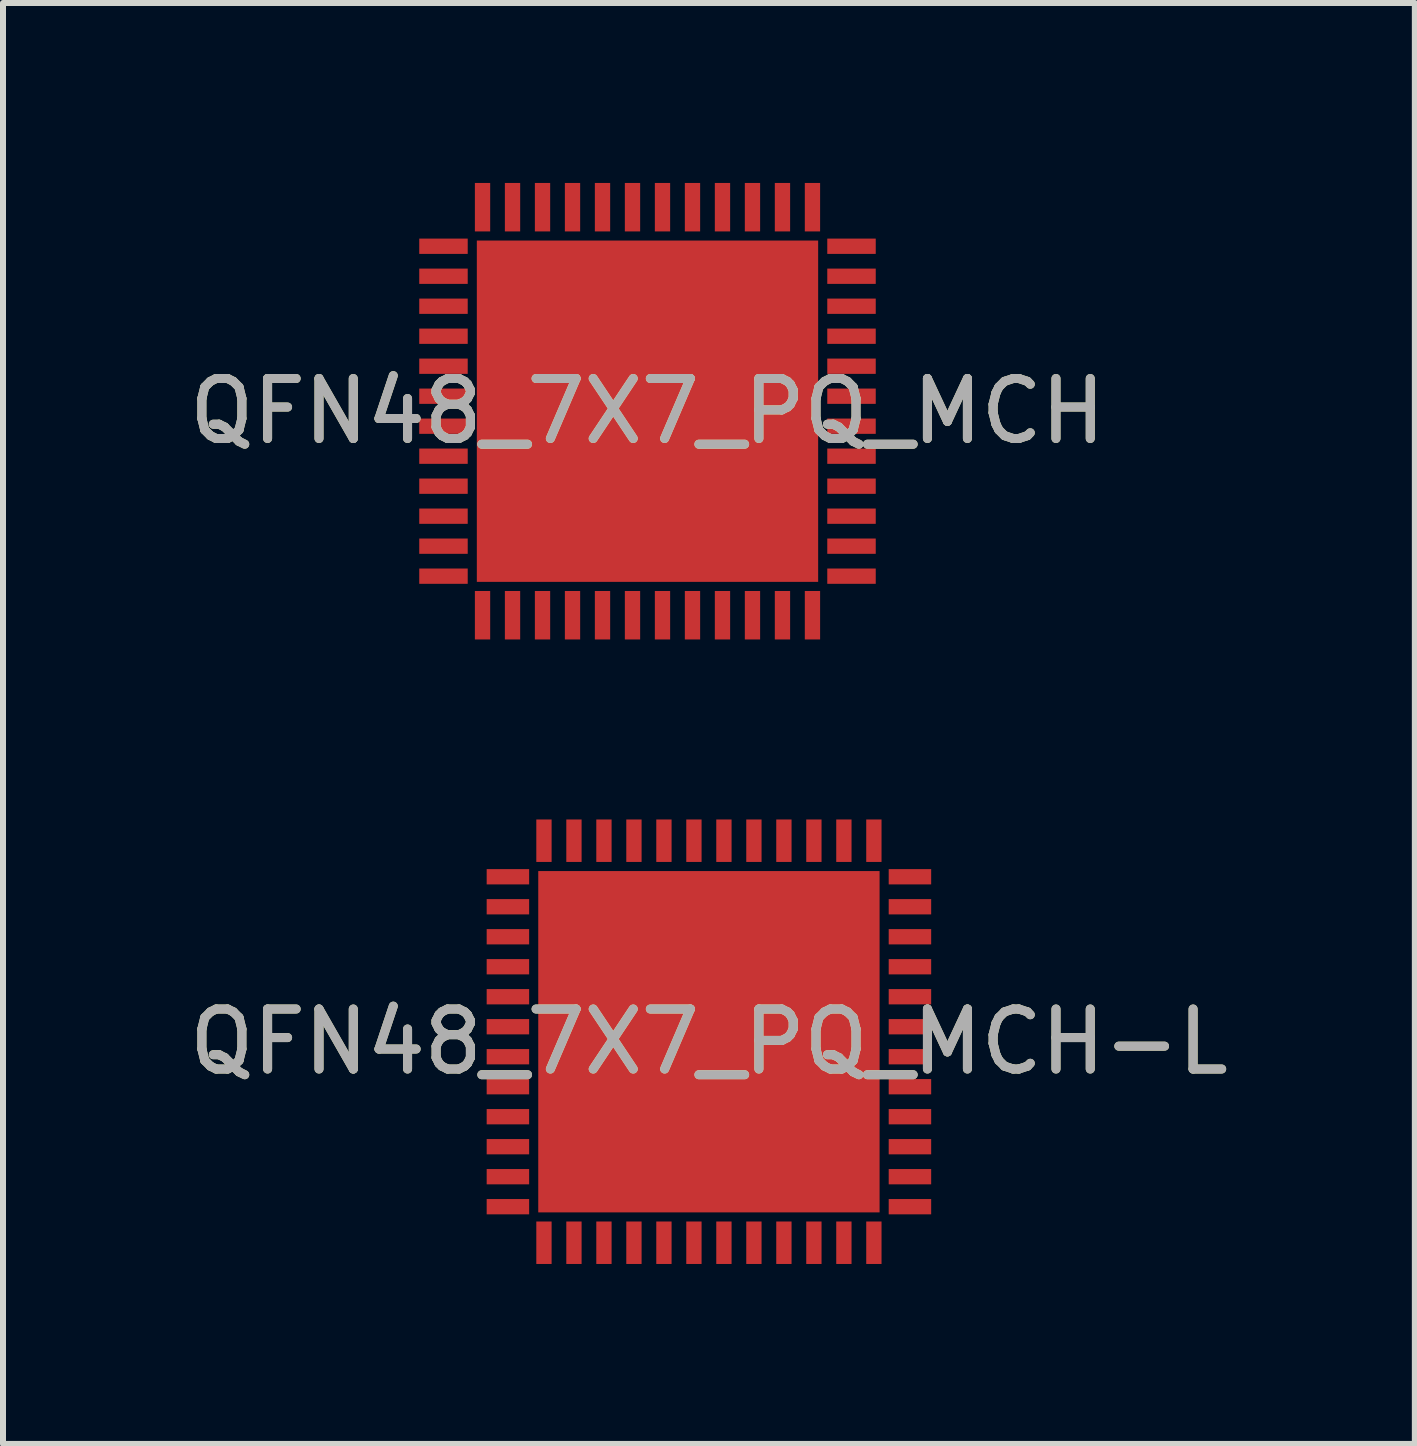
<source format=kicad_pcb>
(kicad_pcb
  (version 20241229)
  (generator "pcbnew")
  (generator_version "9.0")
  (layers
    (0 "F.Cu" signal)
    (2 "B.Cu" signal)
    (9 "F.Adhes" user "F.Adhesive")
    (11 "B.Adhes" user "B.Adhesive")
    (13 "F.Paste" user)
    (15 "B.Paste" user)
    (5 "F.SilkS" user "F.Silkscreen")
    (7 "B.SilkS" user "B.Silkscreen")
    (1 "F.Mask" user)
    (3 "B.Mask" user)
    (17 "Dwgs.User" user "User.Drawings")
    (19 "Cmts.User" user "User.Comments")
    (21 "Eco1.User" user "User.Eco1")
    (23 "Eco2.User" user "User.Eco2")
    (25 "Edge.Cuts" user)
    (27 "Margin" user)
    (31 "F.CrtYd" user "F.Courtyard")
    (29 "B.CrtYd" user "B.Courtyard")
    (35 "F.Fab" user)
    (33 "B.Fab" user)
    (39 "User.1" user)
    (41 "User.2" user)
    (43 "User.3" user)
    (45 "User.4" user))
  (footprint "QFN48_7X7_PQ_MCH"
    (layer "F.Cu")
    (at 7.744 3.805)
    (property "Reference" "QFN48_7X7_PQ_MCH" (at 0 0 0) (unlocked yes) (layer "F.SilkS") (effects (font (size 1 1) (thickness 0.15))))
    (attr smd)
    (fp_text user "${REFERENCE}" (at 0 0 0) (unlocked yes) (layer "F.Fab") (effects (font (size 1 1) (thickness 0.15))))
    (pad "1" smd rect (at -3.401 -2.75 90) (size 0.255 0.808) (layers "F.Cu" "F.Mask" "F.Paste"))
    (pad "2" smd rect (at -3.401 -2.25 90) (size 0.255 0.808) (layers "F.Cu" "F.Mask" "F.Paste"))
    (pad "3" smd rect (at -3.401 -1.75 90) (size 0.255 0.808) (layers "F.Cu" "F.Mask" "F.Paste"))
    (pad "4" smd rect (at -3.401 -1.25 90) (size 0.255 0.808) (layers "F.Cu" "F.Mask" "F.Paste"))
    (pad "5" smd rect (at -3.401 -0.75 90) (size 0.255 0.808) (layers "F.Cu" "F.Mask" "F.Paste"))
    (pad "6" smd rect (at -3.401 -0.25 90) (size 0.255 0.808) (layers "F.Cu" "F.Mask" "F.Paste"))
    (pad "7" smd rect (at -3.401 0.25 90) (size 0.255 0.808) (layers "F.Cu" "F.Mask" "F.Paste"))
    (pad "8" smd rect (at -3.401 0.75 90) (size 0.255 0.808) (layers "F.Cu" "F.Mask" "F.Paste"))
    (pad "9" smd rect (at -3.401 1.25 90) (size 0.255 0.808) (layers "F.Cu" "F.Mask" "F.Paste"))
    (pad "10" smd rect (at -3.401 1.75 90) (size 0.255 0.808) (layers "F.Cu" "F.Mask" "F.Paste"))
    (pad "11" smd rect (at -3.401 2.25 90) (size 0.255 0.808) (layers "F.Cu" "F.Mask" "F.Paste"))
    (pad "12" smd rect (at -3.401 2.75 90) (size 0.255 0.808) (layers "F.Cu" "F.Mask" "F.Paste"))
    (pad "13" smd rect (at -2.75 3.401) (size 0.255 0.808) (layers "F.Cu" "F.Mask" "F.Paste"))
    (pad "14" smd rect (at -2.25 3.401) (size 0.255 0.808) (layers "F.Cu" "F.Mask" "F.Paste"))
    (pad "15" smd rect (at -1.75 3.401) (size 0.255 0.808) (layers "F.Cu" "F.Mask" "F.Paste"))
    (pad "16" smd rect (at -1.25 3.401) (size 0.255 0.808) (layers "F.Cu" "F.Mask" "F.Paste"))
    (pad "17" smd rect (at -0.75 3.401) (size 0.255 0.808) (layers "F.Cu" "F.Mask" "F.Paste"))
    (pad "18" smd rect (at -0.25 3.401) (size 0.255 0.808) (layers "F.Cu" "F.Mask" "F.Paste"))
    (pad "19" smd rect (at 0.25 3.401) (size 0.255 0.808) (layers "F.Cu" "F.Mask" "F.Paste"))
    (pad "20" smd rect (at 0.75 3.401) (size 0.255 0.808) (layers "F.Cu" "F.Mask" "F.Paste"))
    (pad "21" smd rect (at 1.25 3.401) (size 0.255 0.808) (layers "F.Cu" "F.Mask" "F.Paste"))
    (pad "22" smd rect (at 1.75 3.401) (size 0.255 0.808) (layers "F.Cu" "F.Mask" "F.Paste"))
    (pad "23" smd rect (at 2.25 3.401) (size 0.255 0.808) (layers "F.Cu" "F.Mask" "F.Paste"))
    (pad "24" smd rect (at 2.75 3.401) (size 0.255 0.808) (layers "F.Cu" "F.Mask" "F.Paste"))
    (pad "25" smd rect (at 3.401 2.75 90) (size 0.255 0.808) (layers "F.Cu" "F.Mask" "F.Paste"))
    (pad "26" smd rect (at 3.401 2.25 90) (size 0.255 0.808) (layers "F.Cu" "F.Mask" "F.Paste"))
    (pad "27" smd rect (at 3.401 1.75 90) (size 0.255 0.808) (layers "F.Cu" "F.Mask" "F.Paste"))
    (pad "28" smd rect (at 3.401 1.25 90) (size 0.255 0.808) (layers "F.Cu" "F.Mask" "F.Paste"))
    (pad "29" smd rect (at 3.401 0.75 90) (size 0.255 0.808) (layers "F.Cu" "F.Mask" "F.Paste"))
    (pad "30" smd rect (at 3.401 0.25 90) (size 0.255 0.808) (layers "F.Cu" "F.Mask" "F.Paste"))
    (pad "31" smd rect (at 3.401 -0.25 90) (size 0.255 0.808) (layers "F.Cu" "F.Mask" "F.Paste"))
    (pad "32" smd rect (at 3.401 -0.75 90) (size 0.255 0.808) (layers "F.Cu" "F.Mask" "F.Paste"))
    (pad "33" smd rect (at 3.401 -1.25 90) (size 0.255 0.808) (layers "F.Cu" "F.Mask" "F.Paste"))
    (pad "34" smd rect (at 3.401 -1.75 90) (size 0.255 0.808) (layers "F.Cu" "F.Mask" "F.Paste"))
    (pad "35" smd rect (at 3.401 -2.25 90) (size 0.255 0.808) (layers "F.Cu" "F.Mask" "F.Paste"))
    (pad "36" smd rect (at 3.401 -2.75 90) (size 0.255 0.808) (layers "F.Cu" "F.Mask" "F.Paste"))
    (pad "37" smd rect (at 2.75 -3.401) (size 0.255 0.808) (layers "F.Cu" "F.Mask" "F.Paste"))
    (pad "38" smd rect (at 2.25 -3.401) (size 0.255 0.808) (layers "F.Cu" "F.Mask" "F.Paste"))
    (pad "39" smd rect (at 1.75 -3.401) (size 0.255 0.808) (layers "F.Cu" "F.Mask" "F.Paste"))
    (pad "40" smd rect (at 1.25 -3.401) (size 0.255 0.808) (layers "F.Cu" "F.Mask" "F.Paste"))
    (pad "41" smd rect (at 0.75 -3.401) (size 0.255 0.808) (layers "F.Cu" "F.Mask" "F.Paste"))
    (pad "42" smd rect (at 0.25 -3.401) (size 0.255 0.808) (layers "F.Cu" "F.Mask" "F.Paste"))
    (pad "43" smd rect (at -0.25 -3.401) (size 0.255 0.808) (layers "F.Cu" "F.Mask" "F.Paste"))
    (pad "44" smd rect (at -0.75 -3.401) (size 0.255 0.808) (layers "F.Cu" "F.Mask" "F.Paste"))
    (pad "45" smd rect (at -1.25 -3.401) (size 0.255 0.808) (layers "F.Cu" "F.Mask" "F.Paste"))
    (pad "46" smd rect (at -1.75 -3.401) (size 0.255 0.808) (layers "F.Cu" "F.Mask" "F.Paste"))
    (pad "47" smd rect (at -2.25 -3.401) (size 0.255 0.808) (layers "F.Cu" "F.Mask" "F.Paste"))
    (pad "48" smd rect (at -2.75 -3.401) (size 0.255 0.808) (layers "F.Cu" "F.Mask" "F.Paste"))
    (pad "49" smd rect (at 0 0) (size 5.69 5.69) (layers "F.Cu" "F.Mask" "F.Paste")))
  (footprint "QFN48_7X7_PQ_MCH-L"
    (layer "F.Cu")
    (at 8.768 14.316)
    (property "Reference" "QFN48_7X7_PQ_MCH-L" (at 0 0 0) (unlocked yes) (layer "F.SilkS") (effects (font (size 1 1) (thickness 0.15))))
    (attr smd)
    (fp_text user "${REFERENCE}" (at 0 0 0) (unlocked yes) (layer "F.Fab") (effects (font (size 1 1) (thickness 0.15))))
    (pad "1" smd rect (at -3.351 -2.75 90) (size 0.255 0.708) (layers "F.Cu" "F.Mask" "F.Paste"))
    (pad "2" smd rect (at -3.351 -2.25 90) (size 0.255 0.708) (layers "F.Cu" "F.Mask" "F.Paste"))
    (pad "3" smd rect (at -3.351 -1.75 90) (size 0.255 0.708) (layers "F.Cu" "F.Mask" "F.Paste"))
    (pad "4" smd rect (at -3.351 -1.25 90) (size 0.255 0.708) (layers "F.Cu" "F.Mask" "F.Paste"))
    (pad "5" smd rect (at -3.351 -0.75 90) (size 0.255 0.708) (layers "F.Cu" "F.Mask" "F.Paste"))
    (pad "6" smd rect (at -3.351 -0.25 90) (size 0.255 0.708) (layers "F.Cu" "F.Mask" "F.Paste"))
    (pad "7" smd rect (at -3.351 0.25 90) (size 0.255 0.708) (layers "F.Cu" "F.Mask" "F.Paste"))
    (pad "8" smd rect (at -3.351 0.75 90) (size 0.255 0.708) (layers "F.Cu" "F.Mask" "F.Paste"))
    (pad "9" smd rect (at -3.351 1.25 90) (size 0.255 0.708) (layers "F.Cu" "F.Mask" "F.Paste"))
    (pad "10" smd rect (at -3.351 1.75 90) (size 0.255 0.708) (layers "F.Cu" "F.Mask" "F.Paste"))
    (pad "11" smd rect (at -3.351 2.25 90) (size 0.255 0.708) (layers "F.Cu" "F.Mask" "F.Paste"))
    (pad "12" smd rect (at -3.351 2.75 90) (size 0.255 0.708) (layers "F.Cu" "F.Mask" "F.Paste"))
    (pad "13" smd rect (at -2.75 3.351) (size 0.255 0.708) (layers "F.Cu" "F.Mask" "F.Paste"))
    (pad "14" smd rect (at -2.25 3.351) (size 0.255 0.708) (layers "F.Cu" "F.Mask" "F.Paste"))
    (pad "15" smd rect (at -1.75 3.351) (size 0.255 0.708) (layers "F.Cu" "F.Mask" "F.Paste"))
    (pad "16" smd rect (at -1.25 3.351) (size 0.255 0.708) (layers "F.Cu" "F.Mask" "F.Paste"))
    (pad "17" smd rect (at -0.75 3.351) (size 0.255 0.708) (layers "F.Cu" "F.Mask" "F.Paste"))
    (pad "18" smd rect (at -0.25 3.351) (size 0.255 0.708) (layers "F.Cu" "F.Mask" "F.Paste"))
    (pad "19" smd rect (at 0.25 3.351) (size 0.255 0.708) (layers "F.Cu" "F.Mask" "F.Paste"))
    (pad "20" smd rect (at 0.75 3.351) (size 0.255 0.708) (layers "F.Cu" "F.Mask" "F.Paste"))
    (pad "21" smd rect (at 1.25 3.351) (size 0.255 0.708) (layers "F.Cu" "F.Mask" "F.Paste"))
    (pad "22" smd rect (at 1.75 3.351) (size 0.255 0.708) (layers "F.Cu" "F.Mask" "F.Paste"))
    (pad "23" smd rect (at 2.25 3.351) (size 0.255 0.708) (layers "F.Cu" "F.Mask" "F.Paste"))
    (pad "24" smd rect (at 2.75 3.351) (size 0.255 0.708) (layers "F.Cu" "F.Mask" "F.Paste"))
    (pad "25" smd rect (at 3.351 2.75 90) (size 0.255 0.708) (layers "F.Cu" "F.Mask" "F.Paste"))
    (pad "26" smd rect (at 3.351 2.25 90) (size 0.255 0.708) (layers "F.Cu" "F.Mask" "F.Paste"))
    (pad "27" smd rect (at 3.351 1.75 90) (size 0.255 0.708) (layers "F.Cu" "F.Mask" "F.Paste"))
    (pad "28" smd rect (at 3.351 1.25 90) (size 0.255 0.708) (layers "F.Cu" "F.Mask" "F.Paste"))
    (pad "29" smd rect (at 3.351 0.75 90) (size 0.255 0.708) (layers "F.Cu" "F.Mask" "F.Paste"))
    (pad "30" smd rect (at 3.351 0.25 90) (size 0.255 0.708) (layers "F.Cu" "F.Mask" "F.Paste"))
    (pad "31" smd rect (at 3.351 -0.25 90) (size 0.255 0.708) (layers "F.Cu" "F.Mask" "F.Paste"))
    (pad "32" smd rect (at 3.351 -0.75 90) (size 0.255 0.708) (layers "F.Cu" "F.Mask" "F.Paste"))
    (pad "33" smd rect (at 3.351 -1.25 90) (size 0.255 0.708) (layers "F.Cu" "F.Mask" "F.Paste"))
    (pad "34" smd rect (at 3.351 -1.75 90) (size 0.255 0.708) (layers "F.Cu" "F.Mask" "F.Paste"))
    (pad "35" smd rect (at 3.351 -2.25 90) (size 0.255 0.708) (layers "F.Cu" "F.Mask" "F.Paste"))
    (pad "36" smd rect (at 3.351 -2.75 90) (size 0.255 0.708) (layers "F.Cu" "F.Mask" "F.Paste"))
    (pad "37" smd rect (at 2.75 -3.351) (size 0.255 0.708) (layers "F.Cu" "F.Mask" "F.Paste"))
    (pad "38" smd rect (at 2.25 -3.351) (size 0.255 0.708) (layers "F.Cu" "F.Mask" "F.Paste"))
    (pad "39" smd rect (at 1.75 -3.351) (size 0.255 0.708) (layers "F.Cu" "F.Mask" "F.Paste"))
    (pad "40" smd rect (at 1.25 -3.351) (size 0.255 0.708) (layers "F.Cu" "F.Mask" "F.Paste"))
    (pad "41" smd rect (at 0.75 -3.351) (size 0.255 0.708) (layers "F.Cu" "F.Mask" "F.Paste"))
    (pad "42" smd rect (at 0.25 -3.351) (size 0.255 0.708) (layers "F.Cu" "F.Mask" "F.Paste"))
    (pad "43" smd rect (at -0.25 -3.351) (size 0.255 0.708) (layers "F.Cu" "F.Mask" "F.Paste"))
    (pad "44" smd rect (at -0.75 -3.351) (size 0.255 0.708) (layers "F.Cu" "F.Mask" "F.Paste"))
    (pad "45" smd rect (at -1.25 -3.351) (size 0.255 0.708) (layers "F.Cu" "F.Mask" "F.Paste"))
    (pad "46" smd rect (at -1.75 -3.351) (size 0.255 0.708) (layers "F.Cu" "F.Mask" "F.Paste"))
    (pad "47" smd rect (at -2.25 -3.351) (size 0.255 0.708) (layers "F.Cu" "F.Mask" "F.Paste"))
    (pad "48" smd rect (at -2.75 -3.351) (size 0.255 0.708) (layers "F.Cu" "F.Mask" "F.Paste"))
    (pad "49" smd rect (at 0 0) (size 5.69 5.69) (layers "F.Cu" "F.Mask" "F.Paste")))
  (gr_rect
    (start -3 -3)
    (end 20.536 21.021)
    (stroke (width 0.1) (type default))
    (fill no)
    (layer "Edge.Cuts")))
</source>
